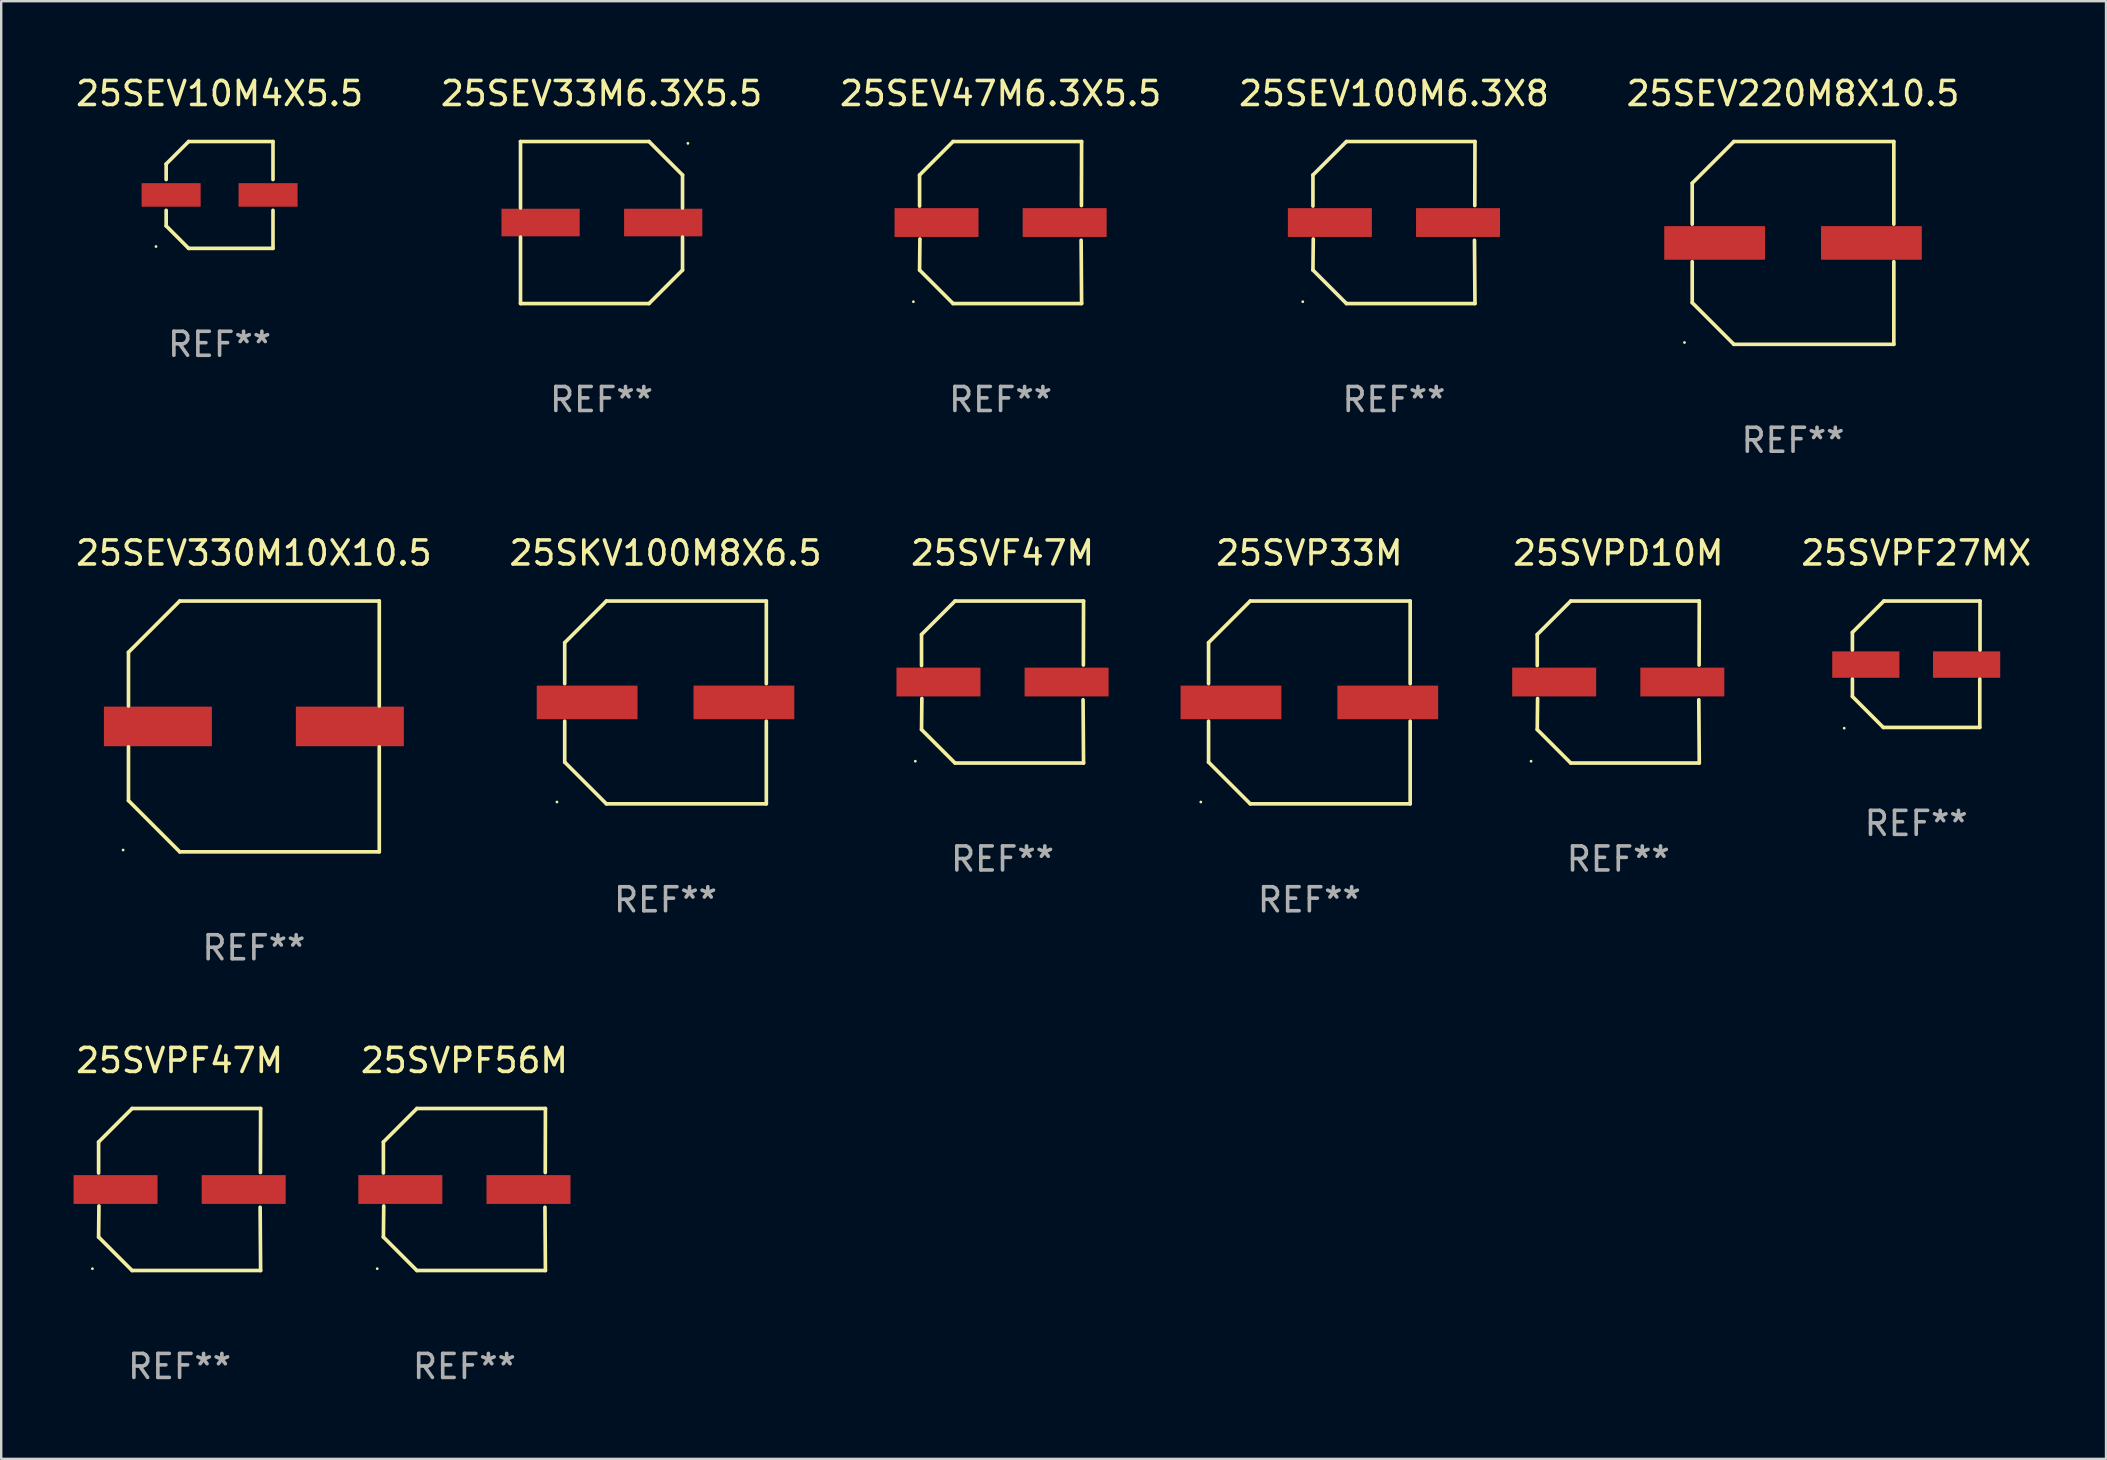
<source format=kicad_pcb>
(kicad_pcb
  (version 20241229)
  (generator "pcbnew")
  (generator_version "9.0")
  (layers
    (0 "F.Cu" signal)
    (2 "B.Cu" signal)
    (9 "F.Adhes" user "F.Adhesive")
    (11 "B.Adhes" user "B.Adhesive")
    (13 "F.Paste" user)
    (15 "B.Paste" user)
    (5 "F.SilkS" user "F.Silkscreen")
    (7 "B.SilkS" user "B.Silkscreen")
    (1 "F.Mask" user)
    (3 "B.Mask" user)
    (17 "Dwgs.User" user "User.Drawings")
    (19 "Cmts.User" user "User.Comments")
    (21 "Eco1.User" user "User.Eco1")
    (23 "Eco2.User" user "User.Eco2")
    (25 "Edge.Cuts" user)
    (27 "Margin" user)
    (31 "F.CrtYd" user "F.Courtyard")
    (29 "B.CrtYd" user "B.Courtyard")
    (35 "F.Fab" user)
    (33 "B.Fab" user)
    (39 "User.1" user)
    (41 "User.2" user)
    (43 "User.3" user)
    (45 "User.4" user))
  (footprint "25SEV47M6.3X5.5"
    (layer "F.Cu")
    (at 38.649 6.224)
    (property "Reference" "25SEV47M6.3X5.5" (at 0 -5.376 0) (layer "F.SilkS") (effects (font (size 1 1) (thickness 0.15))))
    (attr through_hole)
    (fp_line (start -3.376 -1.98) (end -3.376 -0.686) (stroke (width 0.152) (type solid)) (layer "F.SilkS"))
    (fp_line (start -3.376 1.981) (end -3.362 0.686) (stroke (width 0.152) (type solid)) (layer "F.SilkS"))
    (fp_line (start -1.981 3.376) (end -3.376 1.981) (stroke (width 0.152) (type solid)) (layer "F.SilkS"))
    (fp_line (start -1.98 -3.376) (end -3.376 -1.98) (stroke (width 0.152) (type solid)) (layer "F.SilkS"))
    (fp_line (start 3.356 0.74) (end 3.376 3.376) (stroke (width 0.152) (type solid)) (layer "F.SilkS"))
    (fp_line (start 3.369 -0.707) (end 3.376 -3.376) (stroke (width 0.152) (type solid)) (layer "F.SilkS"))
    (fp_line (start 3.376 3.376) (end -1.981 3.376) (stroke (width 0.152) (type solid)) (layer "F.SilkS"))
    (fp_line (start 3.376 -3.376) (end -1.98 -3.376) (stroke (width 0.152) (type solid)) (layer "F.SilkS"))
    (fp_circle (center -3.634 3.3) (end -3.604 3.3) (stroke (width 0.06) (type solid)) (fill no) (layer "F.SilkS"))
    (fp_text user "REF**" (at 0 7.376 0) (layer "F.Fab") (effects (font (size 1 1) (thickness 0.15))))
    (pad "1" smd rect (at -2.67 0.000254) (size 3.5 1.2) (layers "F.Cu" "F.Mask" "F.Paste"))
    (pad "2" smd rect (at 2.67 0.000254) (size 3.5 1.2) (layers "F.Cu" "F.Mask" "F.Paste")))
  (footprint "25SKV100M8X6.5"
    (layer "F.Cu")
    (at 24.685 26.223)
    (property "Reference" "25SKV100M8X6.5" (at 0 -6.226 0) (layer "F.SilkS") (effects (font (size 1 1) (thickness 0.15))))
    (attr through_hole)
    (fp_line (start -4.201 -2.49) (end -4.201 -0.782) (stroke (width 0.152) (type solid)) (layer "F.SilkS"))
    (fp_line (start -4.201 2.49) (end -4.201 0.782) (stroke (width 0.152) (type solid)) (layer "F.SilkS"))
    (fp_line (start -2.465 -4.226) (end -4.201 -2.49) (stroke (width 0.152) (type solid)) (layer "F.SilkS"))
    (fp_line (start -2.465 4.226) (end -4.201 2.49) (stroke (width 0.152) (type solid)) (layer "F.SilkS"))
    (fp_line (start 4.201 -4.226) (end -2.465 -4.226) (stroke (width 0.152) (type solid)) (layer "F.SilkS"))
    (fp_line (start 4.201 -0.782) (end 4.201 -4.226) (stroke (width 0.152) (type solid)) (layer "F.SilkS"))
    (fp_line (start 4.201 0.782) (end 4.201 4.226) (stroke (width 0.152) (type solid)) (layer "F.SilkS"))
    (fp_line (start 4.201 4.226) (end -2.465 4.226) (stroke (width 0.152) (type solid)) (layer "F.SilkS"))
    (fp_circle (center -4.524 4.15) (end -4.494 4.15) (stroke (width 0.06) (type solid)) (fill no) (layer "F.SilkS"))
    (fp_text user "REF**" (at 0 8.226 0) (layer "F.Fab") (effects (font (size 1 1) (thickness 0.15))))
    (pad "1" smd rect (at -3.267 0) (size 4.2 1.4) (layers "F.Cu" "F.Mask" "F.Paste"))
    (pad "2" smd rect (at 3.267 0) (size 4.2 1.4) (layers "F.Cu" "F.Mask" "F.Paste")))
  (footprint "25SVPF47M"
    (layer "F.Cu")
    (at 4.435 46.522)
    (property "Reference" "25SVPF47M" (at 0 -5.376 0) (layer "F.SilkS") (effects (font (size 1 1) (thickness 0.15))))
    (attr through_hole)
    (fp_line (start -3.376 -1.98) (end -3.376 -0.686) (stroke (width 0.152) (type solid)) (layer "F.SilkS"))
    (fp_line (start -3.376 1.981) (end -3.362 0.686) (stroke (width 0.152) (type solid)) (layer "F.SilkS"))
    (fp_line (start -1.981 3.376) (end -3.376 1.981) (stroke (width 0.152) (type solid)) (layer "F.SilkS"))
    (fp_line (start -1.98 -3.376) (end -3.376 -1.98) (stroke (width 0.152) (type solid)) (layer "F.SilkS"))
    (fp_line (start 3.356 0.74) (end 3.376 3.376) (stroke (width 0.152) (type solid)) (layer "F.SilkS"))
    (fp_line (start 3.369 -0.707) (end 3.376 -3.376) (stroke (width 0.152) (type solid)) (layer "F.SilkS"))
    (fp_line (start 3.376 3.376) (end -1.981 3.376) (stroke (width 0.152) (type solid)) (layer "F.SilkS"))
    (fp_line (start 3.376 -3.376) (end -1.98 -3.376) (stroke (width 0.152) (type solid)) (layer "F.SilkS"))
    (fp_circle (center -3.634 3.3) (end -3.604 3.3) (stroke (width 0.06) (type solid)) (fill no) (layer "F.SilkS"))
    (fp_text user "REF**" (at 0 7.376 0) (layer "F.Fab") (effects (font (size 1 1) (thickness 0.15))))
    (pad "1" smd rect (at -2.67 0.000254) (size 3.5 1.2) (layers "F.Cu" "F.Mask" "F.Paste"))
    (pad "2" smd rect (at 2.67 0.000254) (size 3.5 1.2) (layers "F.Cu" "F.Mask" "F.Paste")))
  (footprint "25SEV10M4X5.5"
    (layer "F.Cu")
    (at 6.101 5.074)
    (property "Reference" "25SEV10M4X5.5" (at 0 -4.226 0) (layer "F.SilkS") (effects (font (size 1 1) (thickness 0.15))))
    (attr through_hole)
    (fp_line (start -2.226 -1.29) (end -1.29 -2.226) (stroke (width 0.152) (type solid)) (layer "F.SilkS"))
    (fp_line (start -2.226 -0.642) (end -2.226 -1.29) (stroke (width 0.152) (type solid)) (layer "F.SilkS"))
    (fp_line (start -2.226 0.642) (end -2.226 1.29) (stroke (width 0.152) (type solid)) (layer "F.SilkS"))
    (fp_line (start -2.226 1.29) (end -1.29 2.226) (stroke (width 0.152) (type solid)) (layer "F.SilkS"))
    (fp_line (start -1.29 -2.226) (end 2.226 -2.226) (stroke (width 0.152) (type solid)) (layer "F.SilkS"))
    (fp_line (start -1.29 2.226) (end 2.226 2.226) (stroke (width 0.152) (type solid)) (layer "F.SilkS"))
    (fp_line (start 2.226 -2.226) (end 2.226 -0.642) (stroke (width 0.152) (type solid)) (layer "F.SilkS"))
    (fp_line (start 2.226 2.226) (end 2.226 0.642) (stroke (width 0.152) (type solid)) (layer "F.SilkS"))
    (fp_circle (center -2.65 2.15) (end -2.62 2.15) (stroke (width 0.06) (type solid)) (fill no) (layer "F.SilkS"))
    (fp_text user "REF**" (at 0 6.226 0) (layer "F.Fab") (effects (font (size 1 1) (thickness 0.15))))
    (pad "1" smd rect (at -2.02 -0.000013) (size 2.46 0.98) (layers "F.Cu" "F.Mask" "F.Paste"))
    (pad "2" smd rect (at 2.02 -0.000013) (size 2.46 0.98) (layers "F.Cu" "F.Mask" "F.Paste")))
  (footprint "25SVP33M"
    (layer "F.Cu")
    (at 51.517 26.223)
    (property "Reference" "25SVP33M" (at 0 -6.226 0) (layer "F.SilkS") (effects (font (size 1 1) (thickness 0.15))))
    (attr through_hole)
    (fp_line (start -4.201 -2.49) (end -4.201 -0.782) (stroke (width 0.152) (type solid)) (layer "F.SilkS"))
    (fp_line (start -4.201 2.49) (end -4.201 0.782) (stroke (width 0.152) (type solid)) (layer "F.SilkS"))
    (fp_line (start -2.465 -4.226) (end -4.201 -2.49) (stroke (width 0.152) (type solid)) (layer "F.SilkS"))
    (fp_line (start -2.465 4.226) (end -4.201 2.49) (stroke (width 0.152) (type solid)) (layer "F.SilkS"))
    (fp_line (start 4.201 -4.226) (end -2.465 -4.226) (stroke (width 0.152) (type solid)) (layer "F.SilkS"))
    (fp_line (start 4.201 -0.782) (end 4.201 -4.226) (stroke (width 0.152) (type solid)) (layer "F.SilkS"))
    (fp_line (start 4.201 0.782) (end 4.201 4.226) (stroke (width 0.152) (type solid)) (layer "F.SilkS"))
    (fp_line (start 4.201 4.226) (end -2.465 4.226) (stroke (width 0.152) (type solid)) (layer "F.SilkS"))
    (fp_circle (center -4.524 4.15) (end -4.494 4.15) (stroke (width 0.06) (type solid)) (fill no) (layer "F.SilkS"))
    (fp_text user "REF**" (at 0 8.226 0) (layer "F.Fab") (effects (font (size 1 1) (thickness 0.15))))
    (pad "1" smd rect (at -3.267 0) (size 4.2 1.4) (layers "F.Cu" "F.Mask" "F.Paste"))
    (pad "2" smd rect (at 3.267 0) (size 4.2 1.4) (layers "F.Cu" "F.Mask" "F.Paste")))
  (footprint "25SEV100M6.3X8"
    (layer "F.Cu")
    (at 55.042 6.224)
    (property "Reference" "25SEV100M6.3X8" (at 0 -5.376 0) (layer "F.SilkS") (effects (font (size 1 1) (thickness 0.15))))
    (attr through_hole)
    (fp_line (start -3.376 -1.98) (end -3.376 -0.686) (stroke (width 0.152) (type solid)) (layer "F.SilkS"))
    (fp_line (start -3.376 1.981) (end -3.362 0.686) (stroke (width 0.152) (type solid)) (layer "F.SilkS"))
    (fp_line (start -1.981 3.376) (end -3.376 1.981) (stroke (width 0.152) (type solid)) (layer "F.SilkS"))
    (fp_line (start -1.98 -3.376) (end -3.376 -1.98) (stroke (width 0.152) (type solid)) (layer "F.SilkS"))
    (fp_line (start 3.356 0.74) (end 3.376 3.376) (stroke (width 0.152) (type solid)) (layer "F.SilkS"))
    (fp_line (start 3.369 -0.707) (end 3.376 -3.376) (stroke (width 0.152) (type solid)) (layer "F.SilkS"))
    (fp_line (start 3.376 3.376) (end -1.981 3.376) (stroke (width 0.152) (type solid)) (layer "F.SilkS"))
    (fp_line (start 3.376 -3.376) (end -1.98 -3.376) (stroke (width 0.152) (type solid)) (layer "F.SilkS"))
    (fp_circle (center -3.8 3.3) (end -3.77 3.3) (stroke (width 0.06) (type solid)) (fill no) (layer "F.SilkS"))
    (fp_text user "REF**" (at 0 7.376 0) (layer "F.Fab") (effects (font (size 1 1) (thickness 0.15))))
    (pad "1" smd rect (at -2.67 0.000203) (size 3.5 1.2) (layers "F.Cu" "F.Mask" "F.Paste"))
    (pad "2" smd rect (at 2.67 0.000203) (size 3.5 1.2) (layers "F.Cu" "F.Mask" "F.Paste")))
  (footprint "25SEV33M6.3X5.5"
    (layer "F.Cu")
    (at 22.018 6.224)
    (property "Reference" "25SEV33M6.3X5.5" (at 0 -5.376 0) (layer "F.SilkS") (effects (font (size 1 1) (thickness 0.15))))
    (attr through_hole)
    (fp_line (start -3.376 -3.376) (end 1.98 -3.376) (stroke (width 0.152) (type solid)) (layer "F.SilkS"))
    (fp_line (start -3.376 -0.607) (end -3.376 -3.376) (stroke (width 0.152) (type solid)) (layer "F.SilkS"))
    (fp_line (start -3.376 0.607) (end -3.376 3.376) (stroke (width 0.152) (type solid)) (layer "F.SilkS"))
    (fp_line (start -3.376 3.376) (end 1.98 3.376) (stroke (width 0.152) (type solid)) (layer "F.SilkS"))
    (fp_line (start 1.98 -3.376) (end 3.376 -1.98) (stroke (width 0.152) (type solid)) (layer "F.SilkS"))
    (fp_line (start 1.98 3.376) (end 3.376 1.98) (stroke (width 0.152) (type solid)) (layer "F.SilkS"))
    (fp_line (start 3.376 -1.98) (end 3.376 -0.607) (stroke (width 0.152) (type solid)) (layer "F.SilkS"))
    (fp_line (start 3.376 1.98) (end 3.376 0.607) (stroke (width 0.152) (type solid)) (layer "F.SilkS"))
    (fp_circle (center 3.6 -3.3) (end 3.63 -3.3) (stroke (width 0.06) (type solid)) (fill no) (layer "F.SilkS"))
    (fp_text user "REF**" (at 0 7.376 0) (layer "F.Fab") (effects (font (size 1 1) (thickness 0.15))))
    (pad "1" smd rect (at 2.57 0 180) (size 3.26 1.15) (layers "F.Cu" "F.Mask" "F.Paste"))
    (pad "2" smd rect (at -2.54 0 180) (size 3.26 1.15) (layers "F.Cu" "F.Mask" "F.Paste")))
  (footprint "25SEV220M8X10.5"
    (layer "F.Cu")
    (at 71.673 7.074)
    (property "Reference" "25SEV220M8X10.5" (at 0 -6.226 0) (layer "F.SilkS") (effects (font (size 1 1) (thickness 0.15))))
    (attr through_hole)
    (fp_line (start -4.201 -2.49) (end -4.201 -0.782) (stroke (width 0.152) (type solid)) (layer "F.SilkS"))
    (fp_line (start -4.201 2.49) (end -4.201 0.782) (stroke (width 0.152) (type solid)) (layer "F.SilkS"))
    (fp_line (start -2.465 -4.226) (end -4.201 -2.49) (stroke (width 0.152) (type solid)) (layer "F.SilkS"))
    (fp_line (start -2.465 4.226) (end -4.201 2.49) (stroke (width 0.152) (type solid)) (layer "F.SilkS"))
    (fp_line (start 4.201 -4.226) (end -2.465 -4.226) (stroke (width 0.152) (type solid)) (layer "F.SilkS"))
    (fp_line (start 4.201 -0.782) (end 4.201 -4.226) (stroke (width 0.152) (type solid)) (layer "F.SilkS"))
    (fp_line (start 4.201 0.782) (end 4.201 4.226) (stroke (width 0.152) (type solid)) (layer "F.SilkS"))
    (fp_line (start 4.201 4.226) (end -2.465 4.226) (stroke (width 0.152) (type solid)) (layer "F.SilkS"))
    (fp_circle (center -4.524 4.15) (end -4.494 4.15) (stroke (width 0.06) (type solid)) (fill no) (layer "F.SilkS"))
    (fp_text user "REF**" (at 0 8.226 0) (layer "F.Fab") (effects (font (size 1 1) (thickness 0.15))))
    (pad "1" smd rect (at -3.267 0) (size 4.2 1.4) (layers "F.Cu" "F.Mask" "F.Paste"))
    (pad "2" smd rect (at 3.267 0) (size 4.2 1.4) (layers "F.Cu" "F.Mask" "F.Paste")))
  (footprint "25SVF47M"
    (layer "F.Cu")
    (at 38.73 25.373)
    (property "Reference" "25SVF47M" (at 0 -5.376 0) (layer "F.SilkS") (effects (font (size 1 1) (thickness 0.15))))
    (attr through_hole)
    (fp_line (start -3.376 -1.98) (end -3.376 -0.686) (stroke (width 0.152) (type solid)) (layer "F.SilkS"))
    (fp_line (start -3.376 1.981) (end -3.362 0.686) (stroke (width 0.152) (type solid)) (layer "F.SilkS"))
    (fp_line (start -1.981 3.376) (end -3.376 1.981) (stroke (width 0.152) (type solid)) (layer "F.SilkS"))
    (fp_line (start -1.98 -3.376) (end -3.376 -1.98) (stroke (width 0.152) (type solid)) (layer "F.SilkS"))
    (fp_line (start 3.356 0.74) (end 3.376 3.376) (stroke (width 0.152) (type solid)) (layer "F.SilkS"))
    (fp_line (start 3.369 -0.707) (end 3.376 -3.376) (stroke (width 0.152) (type solid)) (layer "F.SilkS"))
    (fp_line (start 3.376 3.376) (end -1.981 3.376) (stroke (width 0.152) (type solid)) (layer "F.SilkS"))
    (fp_line (start 3.376 -3.376) (end -1.98 -3.376) (stroke (width 0.152) (type solid)) (layer "F.SilkS"))
    (fp_circle (center -3.634 3.3) (end -3.604 3.3) (stroke (width 0.06) (type solid)) (fill no) (layer "F.SilkS"))
    (fp_text user "REF**" (at 0 7.376 0) (layer "F.Fab") (effects (font (size 1 1) (thickness 0.15))))
    (pad "1" smd rect (at -2.67 0.000254) (size 3.5 1.2) (layers "F.Cu" "F.Mask" "F.Paste"))
    (pad "2" smd rect (at 2.67 0.000254) (size 3.5 1.2) (layers "F.Cu" "F.Mask" "F.Paste")))
  (footprint "25SVPD10M"
    (layer "F.Cu")
    (at 64.39 25.373)
    (property "Reference" "25SVPD10M" (at 0 -5.376 0) (layer "F.SilkS") (effects (font (size 1 1) (thickness 0.15))))
    (attr through_hole)
    (fp_line (start -3.376 -1.98) (end -3.376 -0.686) (stroke (width 0.152) (type solid)) (layer "F.SilkS"))
    (fp_line (start -3.376 1.981) (end -3.362 0.686) (stroke (width 0.152) (type solid)) (layer "F.SilkS"))
    (fp_line (start -1.981 3.376) (end -3.376 1.981) (stroke (width 0.152) (type solid)) (layer "F.SilkS"))
    (fp_line (start -1.98 -3.376) (end -3.376 -1.98) (stroke (width 0.152) (type solid)) (layer "F.SilkS"))
    (fp_line (start 3.356 0.74) (end 3.376 3.376) (stroke (width 0.152) (type solid)) (layer "F.SilkS"))
    (fp_line (start 3.369 -0.707) (end 3.376 -3.376) (stroke (width 0.152) (type solid)) (layer "F.SilkS"))
    (fp_line (start 3.376 3.376) (end -1.981 3.376) (stroke (width 0.152) (type solid)) (layer "F.SilkS"))
    (fp_line (start 3.376 -3.376) (end -1.98 -3.376) (stroke (width 0.152) (type solid)) (layer "F.SilkS"))
    (fp_circle (center -3.634 3.3) (end -3.604 3.3) (stroke (width 0.06) (type solid)) (fill no) (layer "F.SilkS"))
    (fp_text user "REF**" (at 0 7.376 0) (layer "F.Fab") (effects (font (size 1 1) (thickness 0.15))))
    (pad "1" smd rect (at -2.67 0.000254) (size 3.5 1.2) (layers "F.Cu" "F.Mask" "F.Paste"))
    (pad "2" smd rect (at 2.67 0.000254) (size 3.5 1.2) (layers "F.Cu" "F.Mask" "F.Paste")))
  (footprint "25SVPF56M"
    (layer "F.Cu")
    (at 16.304 46.522)
    (property "Reference" "25SVPF56M" (at 0 -5.376 0) (layer "F.SilkS") (effects (font (size 1 1) (thickness 0.15))))
    (attr through_hole)
    (fp_line (start -3.376 -1.98) (end -3.376 -0.686) (stroke (width 0.152) (type solid)) (layer "F.SilkS"))
    (fp_line (start -3.376 1.981) (end -3.362 0.686) (stroke (width 0.152) (type solid)) (layer "F.SilkS"))
    (fp_line (start -1.981 3.376) (end -3.376 1.981) (stroke (width 0.152) (type solid)) (layer "F.SilkS"))
    (fp_line (start -1.98 -3.376) (end -3.376 -1.98) (stroke (width 0.152) (type solid)) (layer "F.SilkS"))
    (fp_line (start 3.356 0.74) (end 3.376 3.376) (stroke (width 0.152) (type solid)) (layer "F.SilkS"))
    (fp_line (start 3.369 -0.707) (end 3.376 -3.376) (stroke (width 0.152) (type solid)) (layer "F.SilkS"))
    (fp_line (start 3.376 3.376) (end -1.981 3.376) (stroke (width 0.152) (type solid)) (layer "F.SilkS"))
    (fp_line (start 3.376 -3.376) (end -1.98 -3.376) (stroke (width 0.152) (type solid)) (layer "F.SilkS"))
    (fp_circle (center -3.634 3.3) (end -3.604 3.3) (stroke (width 0.06) (type solid)) (fill no) (layer "F.SilkS"))
    (fp_text user "REF**" (at 0 7.376 0) (layer "F.Fab") (effects (font (size 1 1) (thickness 0.15))))
    (pad "1" smd rect (at -2.67 0.000254) (size 3.5 1.2) (layers "F.Cu" "F.Mask" "F.Paste"))
    (pad "2" smd rect (at 2.67 0.000254) (size 3.5 1.2) (layers "F.Cu" "F.Mask" "F.Paste")))
  (footprint "25SEV330M10X10.5"
    (layer "F.Cu")
    (at 7.53 27.223)
    (property "Reference" "25SEV330M10X10.5" (at 0 -7.226 0) (layer "F.SilkS") (effects (font (size 1 1) (thickness 0.15))))
    (attr through_hole)
    (fp_line (start -5.226 -3.09) (end -5.226 -0.852) (stroke (width 0.152) (type solid)) (layer "F.SilkS"))
    (fp_line (start -5.226 3.09) (end -5.226 0.852) (stroke (width 0.152) (type solid)) (layer "F.SilkS"))
    (fp_line (start -3.09 -5.226) (end -5.226 -3.09) (stroke (width 0.152) (type solid)) (layer "F.SilkS"))
    (fp_line (start -3.09 5.226) (end -5.226 3.09) (stroke (width 0.152) (type solid)) (layer "F.SilkS"))
    (fp_line (start 5.226 -5.226) (end -3.09 -5.226) (stroke (width 0.152) (type solid)) (layer "F.SilkS"))
    (fp_line (start 5.226 -0.852) (end 5.226 -5.226) (stroke (width 0.152) (type solid)) (layer "F.SilkS"))
    (fp_line (start 5.226 0.852) (end 5.226 5.226) (stroke (width 0.152) (type solid)) (layer "F.SilkS"))
    (fp_line (start 5.226 5.226) (end -3.09 5.226) (stroke (width 0.152) (type solid)) (layer "F.SilkS"))
    (fp_circle (center -5.45 5.15) (end -5.42 5.15) (stroke (width 0.06) (type solid)) (fill no) (layer "F.SilkS"))
    (fp_text user "REF**" (at 0 9.226 0) (layer "F.Fab") (effects (font (size 1 1) (thickness 0.15))))
    (pad "1" smd rect (at -4 -0.000025) (size 4.5 1.65) (layers "F.Cu" "F.Mask" "F.Paste"))
    (pad "2" smd rect (at 4 -0.000025) (size 4.5 1.65) (layers "F.Cu" "F.Mask" "F.Paste")))
  (footprint "25SVPF27MX"
    (layer "F.Cu")
    (at 76.807 24.631)
    (property "Reference" "25SVPF27MX" (at 0 -4.634 0) (layer "F.SilkS") (effects (font (size 1 1) (thickness 0.15))))
    (attr through_hole)
    (fp_line (start -2.659 -1.326) (end -2.659 -0.592) (stroke (width 0.152) (type solid)) (layer "F.SilkS"))
    (fp_line (start -2.659 1.346) (end -2.659 0.622) (stroke (width 0.152) (type solid)) (layer "F.SilkS"))
    (fp_line (start -1.372 2.634) (end -2.659 1.346) (stroke (width 0.152) (type solid)) (layer "F.SilkS"))
    (fp_line (start -1.349 -2.634) (end -2.659 -1.326) (stroke (width 0.152) (type solid)) (layer "F.SilkS"))
    (fp_line (start 2.649 0.622) (end 2.649 2.634) (stroke (width 0.152) (type solid)) (layer "F.SilkS"))
    (fp_line (start 2.649 2.634) (end -1.372 2.634) (stroke (width 0.152) (type solid)) (layer "F.SilkS"))
    (fp_line (start 2.659 -2.634) (end -1.349 -2.634) (stroke (width 0.152) (type solid)) (layer "F.SilkS"))
    (fp_line (start 2.659 -0.592) (end 2.659 -2.634) (stroke (width 0.152) (type solid)) (layer "F.SilkS"))
    (fp_circle (center -3 2.665) (end -2.97 2.665) (stroke (width 0.06) (type solid)) (fill no) (layer "F.SilkS"))
    (fp_text user "REF**" (at 0 6.634 0) (layer "F.Fab") (effects (font (size 1 1) (thickness 0.15))))
    (pad "1" smd rect (at -2.1 0.015) (size 2.8 1.1) (layers "F.Cu" "F.Mask" "F.Paste"))
    (pad "2" smd rect (at 2.1 0.015) (size 2.8 1.1) (layers "F.Cu" "F.Mask" "F.Paste")))
  (gr_rect
    (start -3 -3)
    (end 84.717 57.746)
    (stroke (width 0.1) (type default))
    (fill no)
    (layer "Edge.Cuts")))
</source>
